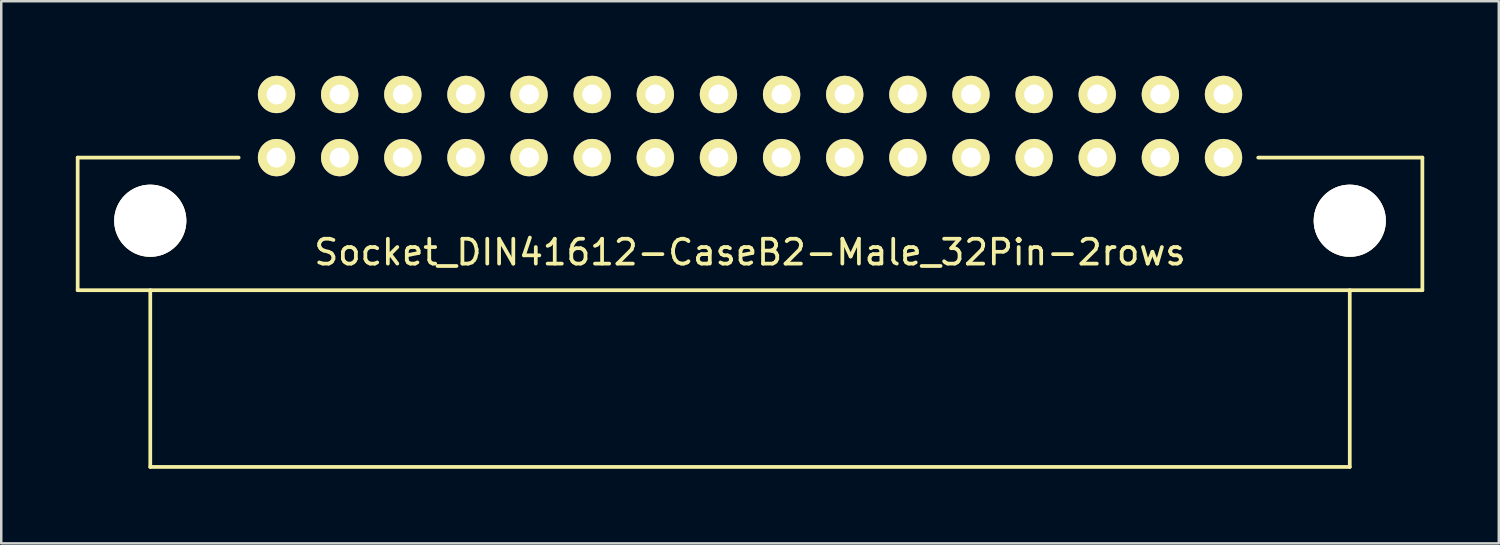
<source format=kicad_pcb>
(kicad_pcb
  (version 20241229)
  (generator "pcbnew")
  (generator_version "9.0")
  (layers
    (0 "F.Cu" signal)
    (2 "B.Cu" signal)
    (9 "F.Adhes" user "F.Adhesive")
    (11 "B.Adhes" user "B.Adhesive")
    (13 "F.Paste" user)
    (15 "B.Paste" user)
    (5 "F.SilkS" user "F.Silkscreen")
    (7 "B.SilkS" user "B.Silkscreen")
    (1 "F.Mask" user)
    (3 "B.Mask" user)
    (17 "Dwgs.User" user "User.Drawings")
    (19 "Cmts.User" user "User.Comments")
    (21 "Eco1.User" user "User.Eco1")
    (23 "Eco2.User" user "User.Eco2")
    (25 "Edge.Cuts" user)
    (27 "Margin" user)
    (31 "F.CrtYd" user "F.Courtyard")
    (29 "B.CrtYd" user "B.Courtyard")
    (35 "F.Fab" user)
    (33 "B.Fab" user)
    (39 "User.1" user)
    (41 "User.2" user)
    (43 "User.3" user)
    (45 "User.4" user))
  (footprint "Socket_DIN41612-CaseB2-Male_32Pin-2rows"
    (layer "F.Cu")
    (at 27.126 2.021)
    (property "Reference" "Socket_DIN41612-CaseB2-Male_32Pin-2rows" (at 0 5.08 0) (layer "F.SilkS") (effects (font (size 1 1) (thickness 0.15))))
    (attr through_hole)
    (fp_line (start -27.051 1.27) (end -20.574 1.27) (stroke (width 0.15) (type solid)) (layer "F.SilkS"))
    (fp_line (start -27.051 6.604) (end -27.051 1.27) (stroke (width 0.15) (type solid)) (layer "F.SilkS"))
    (fp_line (start -24.13 13.716) (end -24.13 6.604) (stroke (width 0.15) (type solid)) (layer "F.SilkS"))
    (fp_line (start 24.13 6.604) (end 24.13 13.716) (stroke (width 0.15) (type solid)) (layer "F.SilkS"))
    (fp_line (start 24.13 13.716) (end -24.13 13.716) (stroke (width 0.15) (type solid)) (layer "F.SilkS"))
    (fp_line (start 27.051 1.27) (end 20.447 1.27) (stroke (width 0.15) (type solid)) (layer "F.SilkS"))
    (fp_line (start 27.051 1.27) (end 27.051 6.604) (stroke (width 0.15) (type solid)) (layer "F.SilkS"))
    (fp_line (start 27.051 6.604) (end -27.051 6.604) (stroke (width 0.15) (type solid)) (layer "F.SilkS"))
    (pad "1" thru_hole circle (at -24.13 3.81) (size 2.901 2.901) (drill 2.901) (layers "*.Cu" "*.Mask" "F.SilkS"))
    (pad "1" thru_hole circle (at 24.13 3.81) (size 2.901 2.901) (drill 2.901) (layers "*.Cu" "*.Mask" "F.SilkS"))
    (pad "1a" thru_hole circle (at 19.05 -1.27 180) (size 1.501 1.501) (drill 0.8) (layers "*.Cu" "*.Mask" "F.SilkS"))
    (pad "1b" thru_hole circle (at 19.05 1.27 180) (size 1.501 1.501) (drill 0.8) (layers "*.Cu" "*.Mask" "F.SilkS"))
    (pad "2a" thru_hole circle (at 16.51 -1.27 180) (size 1.501 1.501) (drill 0.8) (layers "*.Cu" "*.Mask" "F.SilkS"))
    (pad "2b" thru_hole circle (at 16.51 1.27 180) (size 1.501 1.501) (drill 0.8) (layers "*.Cu" "*.Mask" "F.SilkS"))
    (pad "3a" thru_hole circle (at 13.97 -1.27 180) (size 1.501 1.501) (drill 0.8) (layers "*.Cu" "*.Mask" "F.SilkS"))
    (pad "3b" thru_hole circle (at 13.97 1.27 180) (size 1.501 1.501) (drill 0.8) (layers "*.Cu" "*.Mask" "F.SilkS"))
    (pad "4a" thru_hole circle (at 11.43 -1.27 180) (size 1.501 1.501) (drill 0.8) (layers "*.Cu" "*.Mask" "F.SilkS"))
    (pad "4b" thru_hole circle (at 11.43 1.27 180) (size 1.501 1.501) (drill 0.8) (layers "*.Cu" "*.Mask" "F.SilkS"))
    (pad "5a" thru_hole circle (at 8.89 -1.27 180) (size 1.501 1.501) (drill 0.8) (layers "*.Cu" "*.Mask" "F.SilkS"))
    (pad "5b" thru_hole circle (at 8.89 1.27 180) (size 1.501 1.501) (drill 0.8) (layers "*.Cu" "*.Mask" "F.SilkS"))
    (pad "6a" thru_hole circle (at 6.35 -1.27 180) (size 1.501 1.501) (drill 0.8) (layers "*.Cu" "*.Mask" "F.SilkS"))
    (pad "6b" thru_hole circle (at 6.35 1.27 180) (size 1.501 1.501) (drill 0.8) (layers "*.Cu" "*.Mask" "F.SilkS"))
    (pad "7a" thru_hole circle (at 3.81 -1.27 180) (size 1.501 1.501) (drill 0.8) (layers "*.Cu" "*.Mask" "F.SilkS"))
    (pad "7b" thru_hole circle (at 3.81 1.27 180) (size 1.501 1.501) (drill 0.8) (layers "*.Cu" "*.Mask" "F.SilkS"))
    (pad "8a" thru_hole circle (at 1.27 -1.27 180) (size 1.501 1.501) (drill 0.8) (layers "*.Cu" "*.Mask" "F.SilkS"))
    (pad "8b" thru_hole circle (at 1.27 1.27 180) (size 1.501 1.501) (drill 0.8) (layers "*.Cu" "*.Mask" "F.SilkS"))
    (pad "9a" thru_hole circle (at -1.27 -1.27 180) (size 1.501 1.501) (drill 0.8) (layers "*.Cu" "*.Mask" "F.SilkS"))
    (pad "9b" thru_hole circle (at -1.27 1.27 180) (size 1.501 1.501) (drill 0.8) (layers "*.Cu" "*.Mask" "F.SilkS"))
    (pad "10a" thru_hole circle (at -3.81 -1.27 180) (size 1.501 1.501) (drill 0.8) (layers "*.Cu" "*.Mask" "F.SilkS"))
    (pad "10b" thru_hole circle (at -3.81 1.27 180) (size 1.501 1.501) (drill 0.8) (layers "*.Cu" "*.Mask" "F.SilkS"))
    (pad "11a" thru_hole circle (at -6.35 -1.27 180) (size 1.501 1.501) (drill 0.8) (layers "*.Cu" "*.Mask" "F.SilkS"))
    (pad "11b" thru_hole circle (at -6.35 1.27 180) (size 1.501 1.501) (drill 0.8) (layers "*.Cu" "*.Mask" "F.SilkS"))
    (pad "12a" thru_hole circle (at -8.89 -1.27 180) (size 1.501 1.501) (drill 0.8) (layers "*.Cu" "*.Mask" "F.SilkS"))
    (pad "12b" thru_hole circle (at -8.89 1.27 180) (size 1.501 1.501) (drill 0.8) (layers "*.Cu" "*.Mask" "F.SilkS"))
    (pad "13a" thru_hole circle (at -11.43 -1.27 180) (size 1.501 1.501) (drill 0.8) (layers "*.Cu" "*.Mask" "F.SilkS"))
    (pad "13b" thru_hole circle (at -11.43 1.27 180) (size 1.501 1.501) (drill 0.8) (layers "*.Cu" "*.Mask" "F.SilkS"))
    (pad "14a" thru_hole circle (at -13.97 -1.27 180) (size 1.501 1.501) (drill 0.8) (layers "*.Cu" "*.Mask" "F.SilkS"))
    (pad "14b" thru_hole circle (at -13.97 1.27 180) (size 1.501 1.501) (drill 0.8) (layers "*.Cu" "*.Mask" "F.SilkS"))
    (pad "15a" thru_hole circle (at -16.51 -1.27 180) (size 1.501 1.501) (drill 0.8) (layers "*.Cu" "*.Mask" "F.SilkS"))
    (pad "15b" thru_hole circle (at -16.51 1.27 180) (size 1.501 1.501) (drill 0.8) (layers "*.Cu" "*.Mask" "F.SilkS"))
    (pad "16a" thru_hole circle (at -19.05 -1.27 180) (size 1.501 1.501) (drill 0.8) (layers "*.Cu" "*.Mask" "F.SilkS"))
    (pad "16b" thru_hole circle (at -19.05 1.27 180) (size 1.501 1.501) (drill 0.8) (layers "*.Cu" "*.Mask" "F.SilkS")))
  (gr_rect
    (start -3 -3)
    (end 57.252 18.812)
    (stroke (width 0.1) (type default))
    (fill no)
    (layer "Edge.Cuts")))
</source>
